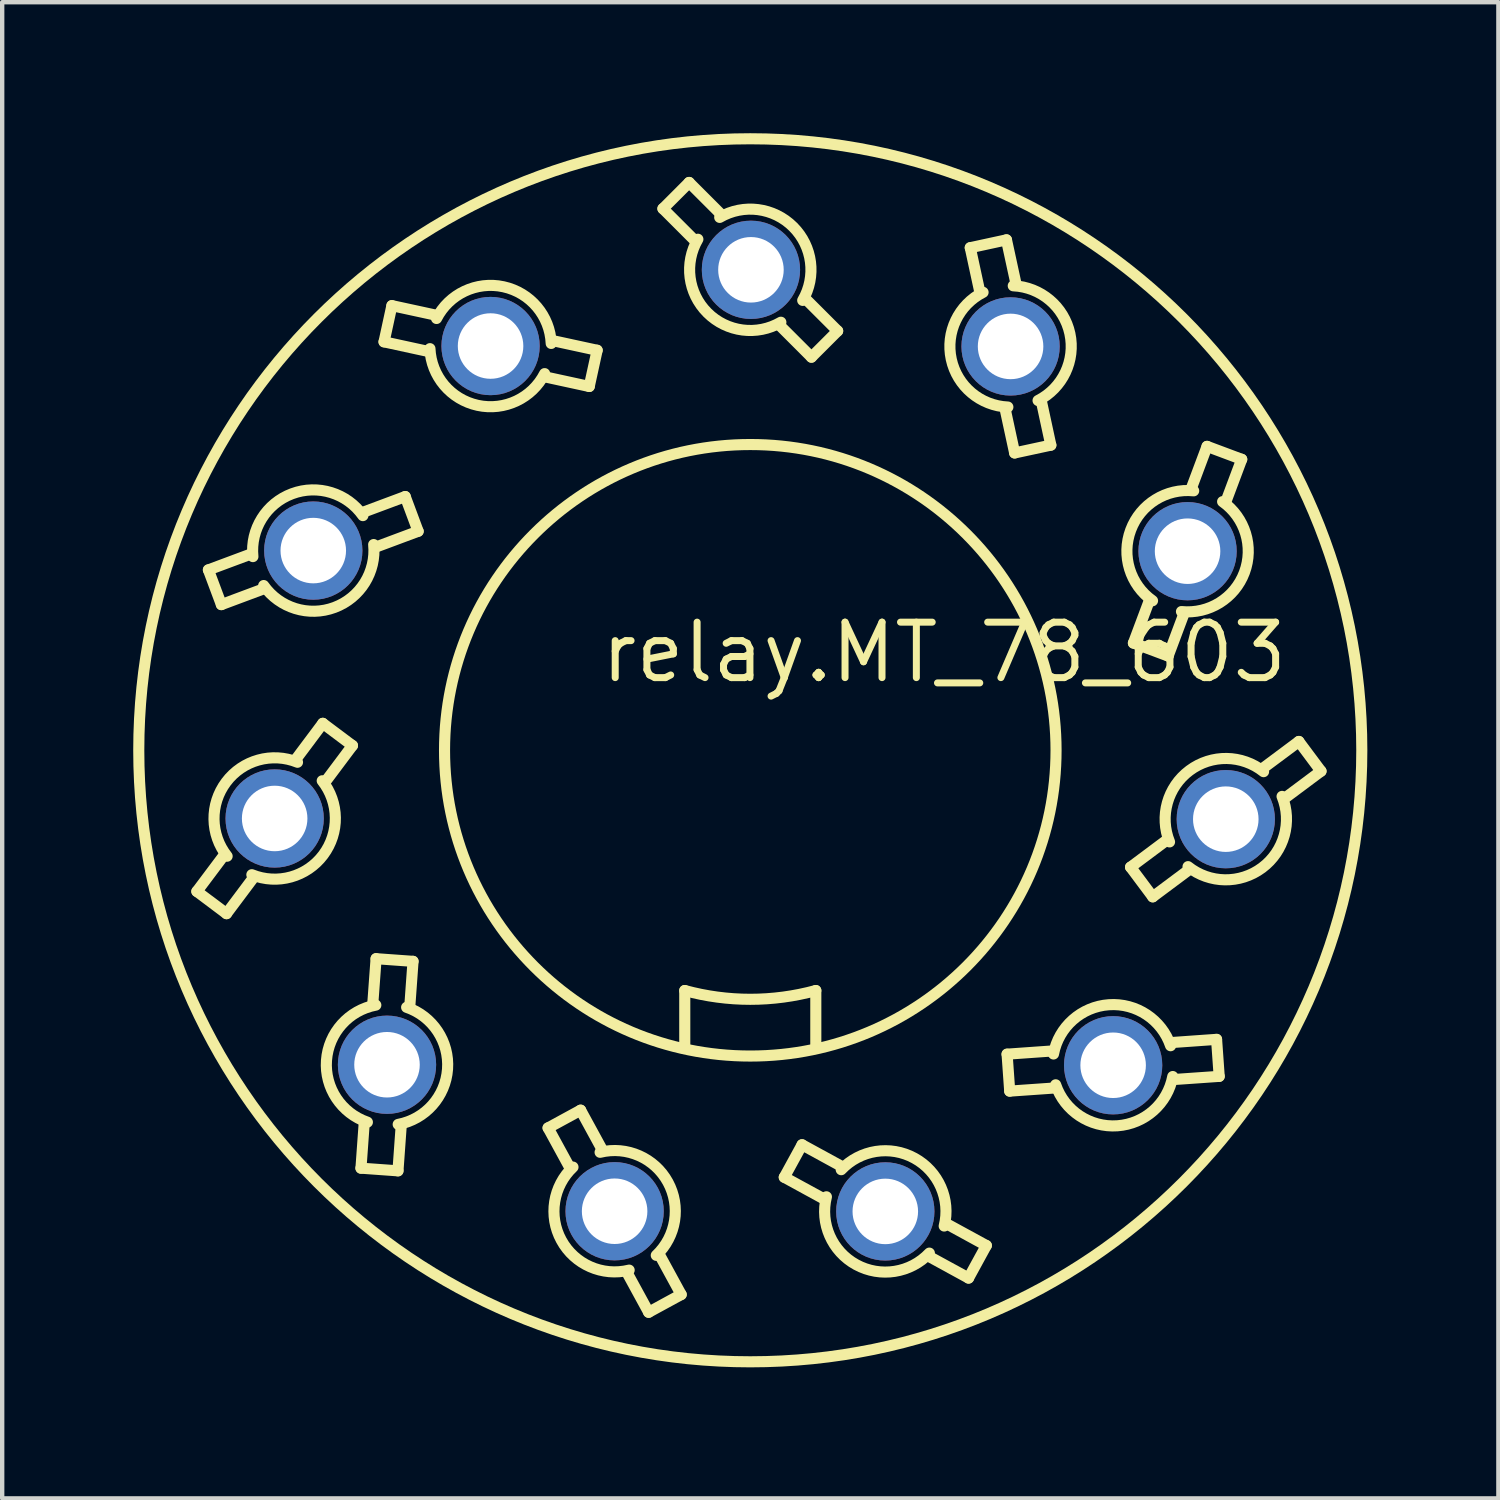
<source format=kicad_pcb>
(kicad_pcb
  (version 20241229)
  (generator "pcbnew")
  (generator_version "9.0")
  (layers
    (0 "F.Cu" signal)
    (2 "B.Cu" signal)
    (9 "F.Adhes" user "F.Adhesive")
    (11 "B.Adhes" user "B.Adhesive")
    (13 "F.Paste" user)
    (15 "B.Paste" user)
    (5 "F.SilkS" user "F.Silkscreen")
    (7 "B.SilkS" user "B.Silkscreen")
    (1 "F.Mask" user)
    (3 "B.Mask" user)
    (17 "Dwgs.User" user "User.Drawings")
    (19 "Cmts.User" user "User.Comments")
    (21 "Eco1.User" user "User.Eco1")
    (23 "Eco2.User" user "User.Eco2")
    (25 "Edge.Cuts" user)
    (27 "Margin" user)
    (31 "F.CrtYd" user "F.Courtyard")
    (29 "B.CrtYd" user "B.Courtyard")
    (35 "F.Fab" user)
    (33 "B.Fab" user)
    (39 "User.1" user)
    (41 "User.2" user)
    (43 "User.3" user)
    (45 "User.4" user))
  (footprint "relay.MT_78_603"
    (layer "F.Cu")
    (at 14.127 14.127)
    (property "Reference" "relay.MT_78_603" (at -3.5 -1.5 0) (layer "F.SilkS") (effects (font (size 1.27 1.27) (thickness 0.16)) (justify left bottom)))
    (attr through_hole)
    (fp_line (start -12.67 3.231) (end -12.076 2.439) (stroke (width 0.254) (type default)) (layer "F.SilkS"))
    (fp_line (start -12.406 -4.13) (end -11.478 -4.476) (stroke (width 0.254) (type default)) (layer "F.SilkS"))
    (fp_line (start -12.109 -3.335) (end -12.406 -4.13) (stroke (width 0.254) (type default)) (layer "F.SilkS"))
    (fp_line (start -11.991 3.74) (end -12.67 3.231) (stroke (width 0.254) (type default)) (layer "F.SilkS"))
    (fp_line (start -11.397 2.947) (end -11.991 3.74) (stroke (width 0.254) (type default)) (layer "F.SilkS"))
    (fp_line (start -11.182 -3.681) (end -12.109 -3.335) (stroke (width 0.254) (type default)) (layer "F.SilkS"))
    (fp_line (start -10.38 0.175) (end -9.787 -0.617) (stroke (width 0.254) (type default)) (layer "F.SilkS"))
    (fp_line (start -9.787 -0.617) (end -9.108 -0.108) (stroke (width 0.254) (type default)) (layer "F.SilkS"))
    (fp_line (start -9.108 -0.108) (end -9.701 0.684) (stroke (width 0.254) (type default)) (layer "F.SilkS"))
    (fp_line (start -8.913 9.567) (end -8.842 8.579) (stroke (width 0.254) (type default)) (layer "F.SilkS"))
    (fp_line (start -8.828 -5.463) (end -7.9 -5.809) (stroke (width 0.254) (type default)) (layer "F.SilkS"))
    (fp_line (start -8.639 5.758) (end -8.567 4.771) (stroke (width 0.254) (type default)) (layer "F.SilkS"))
    (fp_line (start -8.567 4.771) (end -7.721 4.832) (stroke (width 0.254) (type default)) (layer "F.SilkS"))
    (fp_line (start -8.385 -9.351) (end -8.205 -10.18) (stroke (width 0.254) (type default)) (layer "F.SilkS"))
    (fp_line (start -8.205 -10.18) (end -7.237 -9.97) (stroke (width 0.254) (type default)) (layer "F.SilkS"))
    (fp_line (start -8.066 9.628) (end -8.913 9.567) (stroke (width 0.254) (type default)) (layer "F.SilkS"))
    (fp_line (start -7.995 8.64) (end -8.066 9.628) (stroke (width 0.254) (type default)) (layer "F.SilkS"))
    (fp_line (start -7.9 -5.809) (end -7.604 -5.014) (stroke (width 0.254) (type default)) (layer "F.SilkS"))
    (fp_line (start -7.721 4.832) (end -7.792 5.819) (stroke (width 0.254) (type default)) (layer "F.SilkS"))
    (fp_line (start -7.604 -5.014) (end -8.531 -4.668) (stroke (width 0.254) (type default)) (layer "F.SilkS"))
    (fp_line (start -7.418 -9.141) (end -8.385 -9.351) (stroke (width 0.254) (type default)) (layer "F.SilkS"))
    (fp_line (start -4.629 8.645) (end -3.884 8.239) (stroke (width 0.254) (type default)) (layer "F.SilkS"))
    (fp_line (start -4.474 -9.368) (end -3.506 -9.158) (stroke (width 0.254) (type default)) (layer "F.SilkS"))
    (fp_line (start -4.155 9.514) (end -4.629 8.645) (stroke (width 0.254) (type default)) (layer "F.SilkS"))
    (fp_line (start -3.884 8.239) (end -3.41 9.108) (stroke (width 0.254) (type default)) (layer "F.SilkS"))
    (fp_line (start -3.687 -8.329) (end -4.654 -8.539) (stroke (width 0.254) (type default)) (layer "F.SilkS"))
    (fp_line (start -3.506 -9.158) (end -3.687 -8.329) (stroke (width 0.254) (type default)) (layer "F.SilkS"))
    (fp_line (start -2.327 12.866) (end -2.801 11.997) (stroke (width 0.254) (type default)) (layer "F.SilkS"))
    (fp_line (start -2.056 11.591) (end -1.582 12.46) (stroke (width 0.254) (type default)) (layer "F.SilkS"))
    (fp_line (start -2 -12.4) (end -1.4 -13) (stroke (width 0.254) (type default)) (layer "F.SilkS"))
    (fp_line (start -1.582 12.46) (end -2.327 12.866) (stroke (width 0.254) (type default)) (layer "F.SilkS"))
    (fp_line (start -1.5 5.5) (end -1.5 6.8) (stroke (width 0.254) (type default)) (layer "F.SilkS"))
    (fp_line (start -1.4 -13) (end -0.7 -12.3) (stroke (width 0.254) (type default)) (layer "F.SilkS"))
    (fp_line (start -1.3 -11.7) (end -2 -12.4) (stroke (width 0.254) (type default)) (layer "F.SilkS"))
    (fp_line (start 0.778 9.775) (end 1.185 9.031) (stroke (width 0.254) (type default)) (layer "F.SilkS"))
    (fp_line (start 1.185 9.031) (end 2.054 9.506) (stroke (width 0.254) (type default)) (layer "F.SilkS"))
    (fp_line (start 1.3 -10.3) (end 2 -9.6) (stroke (width 0.254) (type default)) (layer "F.SilkS"))
    (fp_line (start 1.4 -9) (end 0.7 -9.7) (stroke (width 0.254) (type default)) (layer "F.SilkS"))
    (fp_line (start 1.5 5.5) (end 1.5 6.8) (stroke (width 0.254) (type default)) (layer "F.SilkS"))
    (fp_line (start 1.647 10.25) (end 0.778 9.775) (stroke (width 0.254) (type default)) (layer "F.SilkS"))
    (fp_line (start 2 -9.6) (end 1.4 -9) (stroke (width 0.254) (type default)) (layer "F.SilkS"))
    (fp_line (start 4.535 10.863) (end 5.404 11.338) (stroke (width 0.254) (type default)) (layer "F.SilkS"))
    (fp_line (start 4.997 12.083) (end 4.128 11.608) (stroke (width 0.254) (type default)) (layer "F.SilkS"))
    (fp_line (start 5.036 -11.506) (end 5.865 -11.686) (stroke (width 0.254) (type default)) (layer "F.SilkS"))
    (fp_line (start 5.245 -10.539) (end 5.036 -11.506) (stroke (width 0.254) (type default)) (layer "F.SilkS"))
    (fp_line (start 5.404 11.338) (end 4.997 12.083) (stroke (width 0.254) (type default)) (layer "F.SilkS"))
    (fp_line (start 5.865 -11.686) (end 6.075 -10.718) (stroke (width 0.254) (type default)) (layer "F.SilkS"))
    (fp_line (start 5.879 6.957) (end 6.866 6.887) (stroke (width 0.254) (type default)) (layer "F.SilkS"))
    (fp_line (start 5.939 7.803) (end 5.879 6.957) (stroke (width 0.254) (type default)) (layer "F.SilkS"))
    (fp_line (start 6.052 -6.807) (end 5.843 -7.774) (stroke (width 0.254) (type default)) (layer "F.SilkS"))
    (fp_line (start 6.672 -7.954) (end 6.881 -6.986) (stroke (width 0.254) (type default)) (layer "F.SilkS"))
    (fp_line (start 6.881 -6.986) (end 6.052 -6.807) (stroke (width 0.254) (type default)) (layer "F.SilkS"))
    (fp_line (start 6.926 7.734) (end 5.939 7.803) (stroke (width 0.254) (type default)) (layer "F.SilkS"))
    (fp_line (start 8.706 2.675) (end 9.499 2.083) (stroke (width 0.254) (type default)) (layer "F.SilkS"))
    (fp_line (start 8.771 -2.455) (end 9.118 -3.382) (stroke (width 0.254) (type default)) (layer "F.SilkS"))
    (fp_line (start 9.214 3.355) (end 8.706 2.675) (stroke (width 0.254) (type default)) (layer "F.SilkS"))
    (fp_line (start 9.566 -2.158) (end 8.771 -2.455) (stroke (width 0.254) (type default)) (layer "F.SilkS"))
    (fp_line (start 9.688 6.688) (end 10.675 6.618) (stroke (width 0.254) (type default)) (layer "F.SilkS"))
    (fp_line (start 9.913 -3.085) (end 9.566 -2.158) (stroke (width 0.254) (type default)) (layer "F.SilkS"))
    (fp_line (start 10.007 2.763) (end 9.214 3.355) (stroke (width 0.254) (type default)) (layer "F.SilkS"))
    (fp_line (start 10.11 -6.031) (end 10.457 -6.958) (stroke (width 0.254) (type default)) (layer "F.SilkS"))
    (fp_line (start 10.457 -6.958) (end 11.251 -6.661) (stroke (width 0.254) (type default)) (layer "F.SilkS"))
    (fp_line (start 10.675 6.618) (end 10.735 7.465) (stroke (width 0.254) (type default)) (layer "F.SilkS"))
    (fp_line (start 10.735 7.465) (end 9.747 7.534) (stroke (width 0.254) (type default)) (layer "F.SilkS"))
    (fp_line (start 11.251 -6.661) (end 10.904 -5.734) (stroke (width 0.254) (type default)) (layer "F.SilkS"))
    (fp_line (start 11.765 0.39) (end 12.559 -0.202) (stroke (width 0.254) (type default)) (layer "F.SilkS"))
    (fp_line (start 12.559 -0.202) (end 13.066 0.478) (stroke (width 0.254) (type default)) (layer "F.SilkS"))
    (fp_line (start 13.066 0.478) (end 12.273 1.07) (stroke (width 0.254) (type default)) (layer "F.SilkS"))
    (fp_arc (start -11.9771 2.4246) (mid -12.000456 0.728355) (end -10.366 0.2741) (stroke (width 0.254) (type default)) (layer "F.SilkS"))
    (fp_arc (start -11.3871 -4.4342) (mid -10.489898 -5.873864) (end -8.8693 -5.3726) (stroke (width 0.254) (type default)) (layer "F.SilkS"))
    (fp_arc (start -9.8001 0.6981) (mid -9.776793 2.394288) (end -11.4112 2.8485) (stroke (width 0.254) (type default)) (layer "F.SilkS"))
    (fp_arc (start -8.7661 8.5138) (mid -9.702527 7.099372) (end -8.573 5.8338) (stroke (width 0.254) (type default)) (layer "F.SilkS"))
    (fp_arc (start -8.6223 -4.71) (mid -9.519548 -3.270288) (end -11.1402 -3.7716) (stroke (width 0.254) (type default)) (layer "F.SilkS"))
    (fp_arc (start -7.8677 5.8845) (mid -6.931176 7.29903) (end -8.0608 8.5647) (stroke (width 0.254) (type default)) (layer "F.SilkS"))
    (fp_arc (start -7.1833 -9.8857) (mid -5.650366 -10.611906) (end -4.5579 -9.3143) (stroke (width 0.254) (type default)) (layer "F.SilkS"))
    (fp_arc (start -4.7082 -8.6233) (mid -6.241285 -7.89701) (end -7.3338 -9.1948) (stroke (width 0.254) (type default)) (layer "F.SilkS"))
    (fp_arc (start -3.4385 9.2036) (mid -1.885957 9.887374) (end -2.1522 11.5628) (stroke (width 0.254) (type default)) (layer "F.SilkS"))
    (fp_arc (start -2.773 11.9012) (mid -4.32542 11.21743) (end -4.0593 9.5421) (stroke (width 0.254) (type default)) (layer "F.SilkS"))
    (fp_arc (start -0.7 -12.2) (mid 0.982344 -11.982344) (end 1.2 -10.3) (stroke (width 0.254) (type default)) (layer "F.SilkS"))
    (fp_arc (start 0.7 -9.8) (mid -0.982344 -10.017656) (end -1.2 -11.7) (stroke (width 0.254) (type default)) (layer "F.SilkS"))
    (fp_arc (start 1.5 5.5) (mid 0 5.700877) (end -1.5 5.5) (stroke (width 0.254) (type default)) (layer "F.SilkS"))
    (fp_arc (start 2.082 9.6018) (mid 3.757763 9.337965) (end 4.4394 10.8914) (stroke (width 0.254) (type default)) (layer "F.SilkS"))
    (fp_arc (start 4.1 11.5117) (mid 2.424311 11.775574) (end 1.7427 10.2222) (stroke (width 0.254) (type default)) (layer "F.SilkS"))
    (fp_arc (start 5.8971 -7.8583) (mid 4.600885 -8.952648) (end 5.3293 -10.4847) (stroke (width 0.254) (type default)) (layer "F.SilkS"))
    (fp_arc (start 6.0204 -10.634) (mid 7.316606 -9.539794) (end 6.5883 -8.0078) (stroke (width 0.254) (type default)) (layer "F.SilkS"))
    (fp_arc (start 6.9417 6.9528) (mid 8.208934 5.82498) (end 9.6221 6.7635) (stroke (width 0.254) (type default)) (layer "F.SilkS"))
    (fp_arc (start 9.2091 -3.4237) (mid 8.70998 -5.045073) (end 10.151 -5.9403) (stroke (width 0.254) (type default)) (layer "F.SilkS"))
    (fp_arc (start 9.5984 2.0973) (mid 10.05496 0.463456) (end 11.7512 0.4892) (stroke (width 0.254) (type default)) (layer "F.SilkS"))
    (fp_arc (start 9.6718 7.4689) (mid 8.40466 8.596549) (end 6.9916 7.6582) (stroke (width 0.254) (type default)) (layer "F.SilkS"))
    (fp_arc (start 10.8132 -5.6924) (mid 11.312197 -4.071109) (end 9.8713 -3.1759) (stroke (width 0.254) (type default)) (layer "F.SilkS"))
    (fp_arc (start 12.1743 1.0557) (mid 11.717826 2.689448) (end 10.0217 2.6638) (stroke (width 0.254) (type default)) (layer "F.SilkS"))
    (fp_circle (center 0 0) (end 7 0) (stroke (width 0.254) (type default)) (fill no) (layer "F.SilkS"))
    (fp_circle (center 0 0) (end 14 0) (stroke (width 0.254) (type default)) (fill no) (layer "F.SilkS"))
    (pad "1" thru_hole circle (at 3.091 10.557) (size 2.25 2.25) (drill 1.5) (layers "*.Cu" "*.Mask"))
    (pad "2" thru_hole circle (at 8.307 7.211) (size 2.25 2.25) (drill 1.5) (layers "*.Cu" "*.Mask"))
    (pad "3" thru_hole circle (at 10.886 1.577) (size 2.25 2.25) (drill 1.5) (layers "*.Cu" "*.Mask"))
    (pad "4" thru_hole circle (at 10.011 -4.558) (size 2.25 2.25) (drill 1.5) (layers "*.Cu" "*.Mask"))
    (pad "5" thru_hole circle (at 5.959 -9.246) (size 2.25 2.25) (drill 1.5) (layers "*.Cu" "*.Mask"))
    (pad "6" thru_hole circle (at 0.015 -11) (size 2.25 2.25) (drill 1.5) (layers "*.Cu" "*.Mask"))
    (pad "7" thru_hole circle (at -5.946 -9.255) (size 2.25 2.25) (drill 1.5) (layers "*.Cu" "*.Mask"))
    (pad "8" thru_hole circle (at -10.005 -4.572) (size 2.25 2.25) (drill 1.5) (layers "*.Cu" "*.Mask"))
    (pad "9" thru_hole circle (at -10.889 1.561) (size 2.25 2.25) (drill 1.5) (layers "*.Cu" "*.Mask"))
    (pad "10" thru_hole circle (at -8.317 7.199) (size 2.25 2.25) (drill 1.5) (layers "*.Cu" "*.Mask"))
    (pad "11" thru_hole circle (at -3.106 10.553) (size 2.25 2.25) (drill 1.5) (layers "*.Cu" "*.Mask")))
  (gr_rect
    (start -3 -3)
    (end 31.254 31.254)
    (stroke (width 0.1) (type default))
    (fill no)
    (layer "Edge.Cuts")))
</source>
